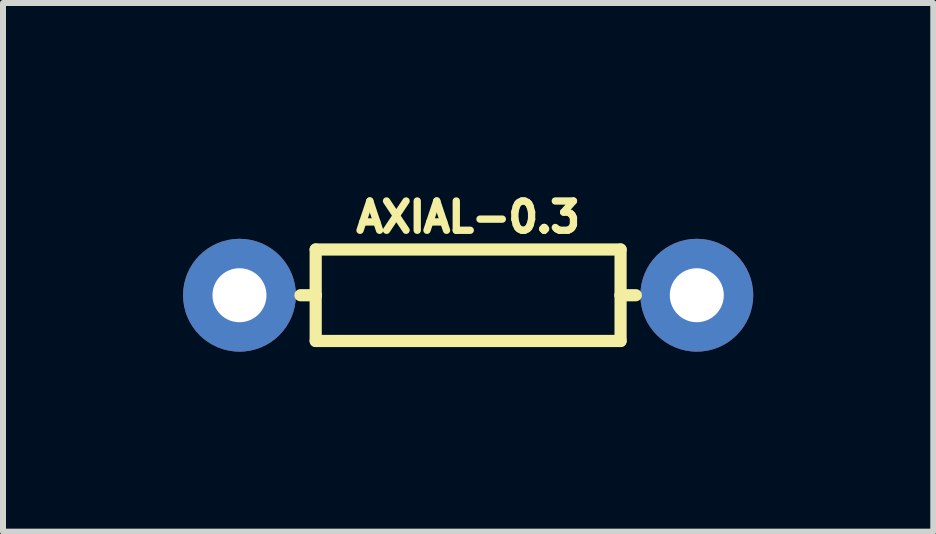
<source format=kicad_pcb>
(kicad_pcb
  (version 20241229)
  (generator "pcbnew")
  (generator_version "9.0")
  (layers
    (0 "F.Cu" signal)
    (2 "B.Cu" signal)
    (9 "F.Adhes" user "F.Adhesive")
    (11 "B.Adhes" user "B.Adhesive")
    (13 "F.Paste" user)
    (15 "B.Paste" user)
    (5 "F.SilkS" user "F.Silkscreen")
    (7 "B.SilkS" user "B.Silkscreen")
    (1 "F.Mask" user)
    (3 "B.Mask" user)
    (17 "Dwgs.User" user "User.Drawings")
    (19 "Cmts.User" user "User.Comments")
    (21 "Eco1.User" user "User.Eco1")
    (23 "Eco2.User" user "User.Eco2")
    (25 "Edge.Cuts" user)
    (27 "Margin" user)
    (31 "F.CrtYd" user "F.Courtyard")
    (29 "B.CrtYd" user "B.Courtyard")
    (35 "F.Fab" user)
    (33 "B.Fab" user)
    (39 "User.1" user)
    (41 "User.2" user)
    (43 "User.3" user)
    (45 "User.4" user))
  (footprint "AXIAL-0.3"
    (layer "F.Cu")
    (at 4.75 1.869)
    (property "Reference" "AXIAL-0.3" (at 0 -1.016 0) (layer "F.SilkS") (effects (font (size 0.488 0.488) (thickness 0.122)) (justify bottom)))
    (fp_line (start -2.54 -0.762) (end 2.54 -0.762) (stroke (width 0.203) (type solid)) (layer "F.SilkS"))
    (fp_line (start -2.54 0) (end -2.794 0) (stroke (width 0.203) (type solid)) (layer "F.SilkS"))
    (fp_line (start -2.54 0) (end -2.54 -0.762) (stroke (width 0.203) (type solid)) (layer "F.SilkS"))
    (fp_line (start -2.54 0.762) (end -2.54 0) (stroke (width 0.203) (type solid)) (layer "F.SilkS"))
    (fp_line (start 2.54 -0.762) (end 2.54 0) (stroke (width 0.203) (type solid)) (layer "F.SilkS"))
    (fp_line (start 2.54 0) (end 2.54 0.762) (stroke (width 0.203) (type solid)) (layer "F.SilkS"))
    (fp_line (start 2.54 0) (end 2.794 0) (stroke (width 0.203) (type solid)) (layer "F.SilkS"))
    (fp_line (start 2.54 0.762) (end -2.54 0.762) (stroke (width 0.203) (type solid)) (layer "F.SilkS"))
    (pad "P$1" thru_hole circle (at -3.81 0) (size 1.88 1.88) (drill 0.9) (layers "*.Cu" "*.Mask"))
    (pad "P$2" thru_hole circle (at 3.81 0) (size 1.88 1.88) (drill 0.9) (layers "*.Cu" "*.Mask")))
  (gr_rect
    (start -3 -3)
    (end 12.5 5.809)
    (stroke (width 0.1) (type default))
    (fill no)
    (layer "Edge.Cuts")))
</source>
